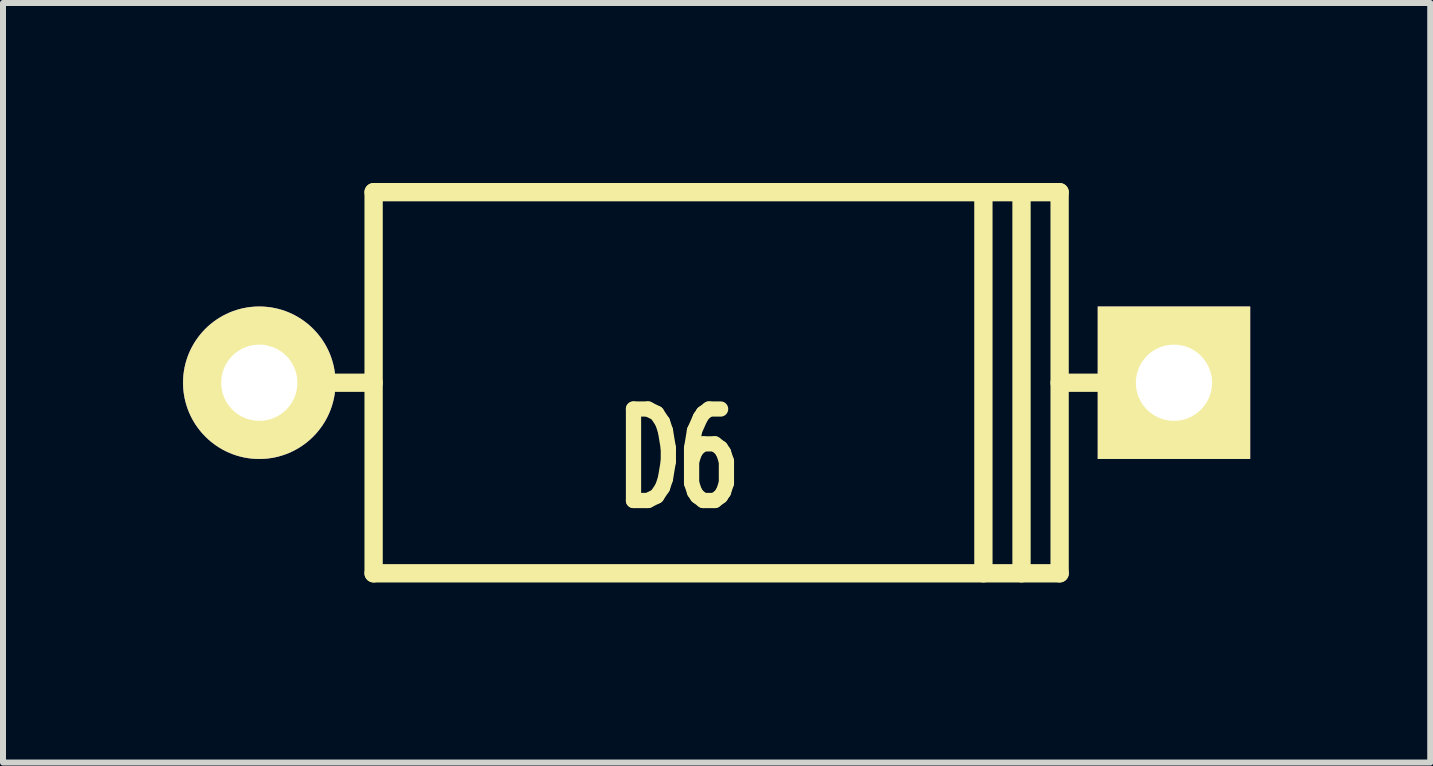
<source format=kicad_pcb>
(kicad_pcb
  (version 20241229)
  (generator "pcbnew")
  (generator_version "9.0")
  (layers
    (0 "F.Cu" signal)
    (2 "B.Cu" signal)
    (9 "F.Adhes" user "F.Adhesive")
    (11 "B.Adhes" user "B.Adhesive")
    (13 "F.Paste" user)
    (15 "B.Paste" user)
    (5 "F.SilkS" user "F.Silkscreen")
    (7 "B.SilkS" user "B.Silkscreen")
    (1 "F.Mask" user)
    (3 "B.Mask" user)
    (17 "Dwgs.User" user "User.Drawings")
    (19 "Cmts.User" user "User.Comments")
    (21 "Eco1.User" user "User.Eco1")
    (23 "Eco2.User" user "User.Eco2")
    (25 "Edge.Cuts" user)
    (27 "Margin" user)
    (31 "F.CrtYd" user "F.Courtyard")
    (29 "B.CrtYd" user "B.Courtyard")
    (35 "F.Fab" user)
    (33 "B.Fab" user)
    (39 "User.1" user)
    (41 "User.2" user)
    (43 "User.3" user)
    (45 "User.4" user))
  (footprint "D6"
    (layer "F.Cu")
    (at 8.89 3.327)
    (property "Reference" "D6" (at -0.635 1.27 0) (layer "F.SilkS") (effects (font (size 1.524 1.016) (thickness 0.305))))
    (attr through_hole)
    (fp_line (start -5.715 -3.175) (end -5.715 3.175) (stroke (width 0.305) (type solid)) (layer "F.SilkS"))
    (fp_line (start -5.715 0) (end -7.62 0) (stroke (width 0.305) (type solid)) (layer "F.SilkS"))
    (fp_line (start -5.715 3.175) (end 5.715 3.175) (stroke (width 0.305) (type solid)) (layer "F.SilkS"))
    (fp_line (start 4.445 3.175) (end 4.445 -3.175) (stroke (width 0.305) (type solid)) (layer "F.SilkS"))
    (fp_line (start 5.08 -3.175) (end 5.08 3.175) (stroke (width 0.305) (type solid)) (layer "F.SilkS"))
    (fp_line (start 5.715 -3.175) (end -5.715 -3.175) (stroke (width 0.305) (type solid)) (layer "F.SilkS"))
    (fp_line (start 5.715 0) (end 7.62 0) (stroke (width 0.305) (type solid)) (layer "F.SilkS"))
    (fp_line (start 5.715 3.175) (end 5.715 -3.175) (stroke (width 0.305) (type solid)) (layer "F.SilkS"))
    (pad "1" thru_hole circle (at -7.62 0) (size 2.54 2.54) (drill 1.27) (layers "*.Cu" "*.Mask" "F.SilkS"))
    (pad "2" thru_hole rect (at 7.62 0) (size 2.54 2.54) (drill 1.27) (layers "*.Cu" "*.Mask" "F.SilkS")))
  (gr_rect
    (start -3 -3)
    (end 20.78 9.655)
    (stroke (width 0.1) (type default))
    (fill no)
    (layer "Edge.Cuts")))
</source>
